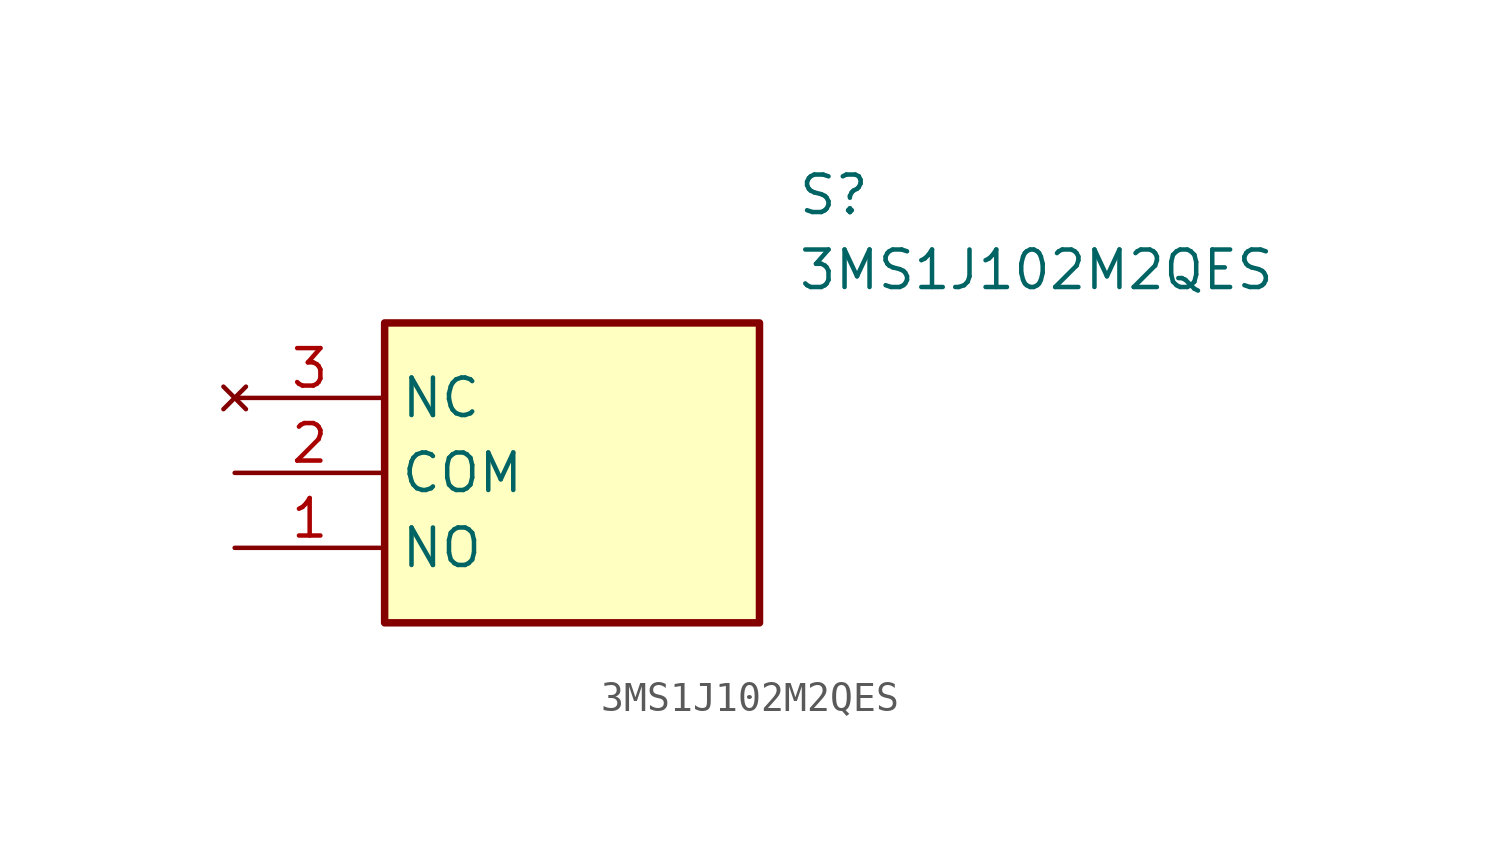
<source format=kicad_sym>
(kicad_symbol_lib
  (version 20211014)
  (generator SamacSys_ECAD_Model)
  (symbol "3MS1J102M2QES"
    (property "Reference" "S"
      (at 19.05 7.62 0)
      (effects (font (size 1.27 1.27)) (justify left top)))
    (property "Value" "3MS1J102M2QES"
      (at 19.05 5.08 0)
      (effects (font (size 1.27 1.27)) (justify left top)))
    (rectangle
      (start 5.08 2.54)
      (end 17.78 -7.62)
      (stroke (width 0.254) (type default))
      (fill (type background)))
    (pin passive line
      (at 0 -5.08 0)
      (length 5.08)
      (name "NO" (effects (font (size 1.27 1.27))))
      (number "1" (effects (font (size 1.27 1.27)))))
    (pin passive line
      (at 0 -2.54 0)
      (length 5.08)
      (name "COM" (effects (font (size 1.27 1.27))))
      (number "2" (effects (font (size 1.27 1.27)))))
    (pin no_connect line
      (at 0 0 0)
      (length 5.08)
      (name "NC" (effects (font (size 1.27 1.27))))
      (number "3" (effects (font (size 1.27 1.27)))))))
</source>
